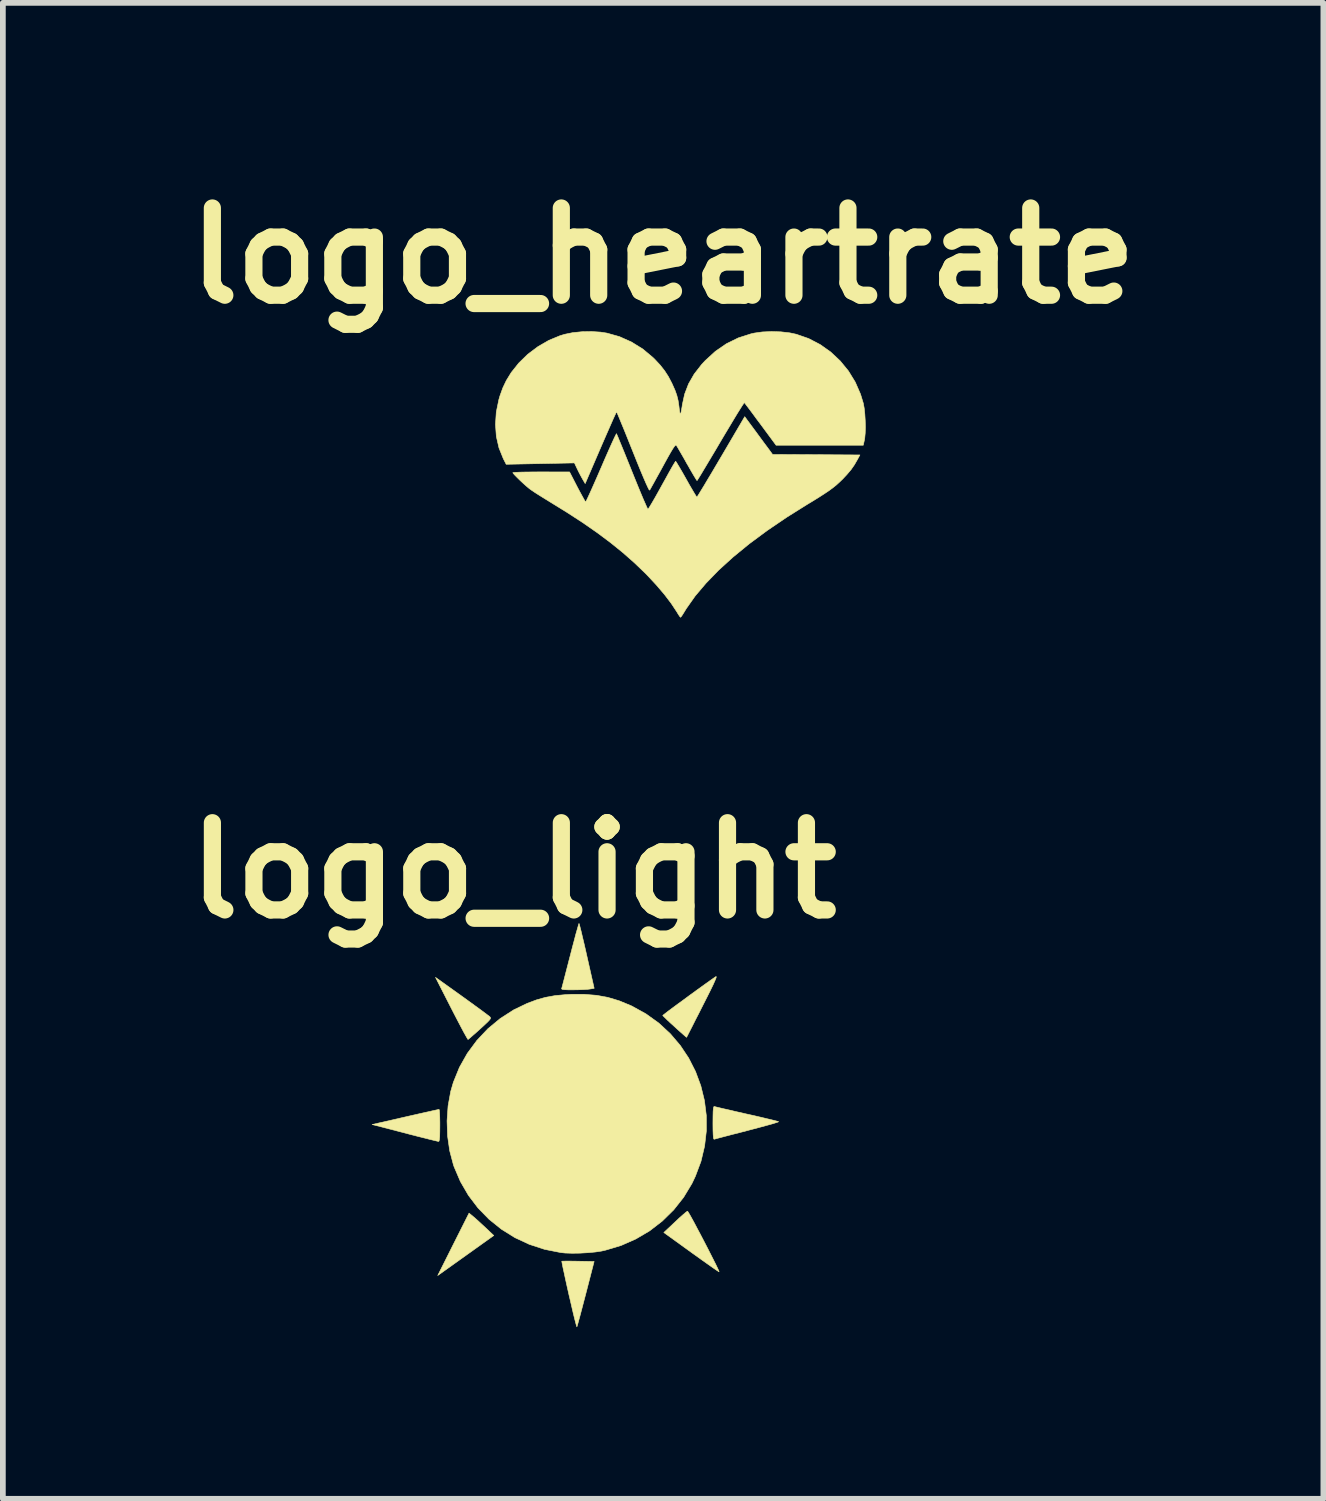
<source format=kicad_pcb>
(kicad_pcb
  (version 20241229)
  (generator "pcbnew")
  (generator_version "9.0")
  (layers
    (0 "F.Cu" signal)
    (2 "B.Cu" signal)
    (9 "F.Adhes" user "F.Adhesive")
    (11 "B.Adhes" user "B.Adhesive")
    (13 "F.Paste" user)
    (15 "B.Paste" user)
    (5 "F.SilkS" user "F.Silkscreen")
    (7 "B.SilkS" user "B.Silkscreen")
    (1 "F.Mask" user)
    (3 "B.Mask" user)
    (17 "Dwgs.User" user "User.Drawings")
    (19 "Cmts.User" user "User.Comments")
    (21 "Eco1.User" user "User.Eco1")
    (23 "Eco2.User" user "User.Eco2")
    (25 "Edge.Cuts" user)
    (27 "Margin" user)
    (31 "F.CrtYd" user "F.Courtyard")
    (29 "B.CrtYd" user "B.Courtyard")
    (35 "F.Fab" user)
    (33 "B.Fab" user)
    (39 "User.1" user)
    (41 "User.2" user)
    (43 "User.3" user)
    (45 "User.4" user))
  (footprint "logo_light"
    (layer "F.Cu")
    (at 7.192 16.729)
    (property "Reference" "logo_light" (at -1.27 -4.572 0) (layer "F.SilkS") (effects (font (size 1.524 1.524) (thickness 0.3))))
    (attr through_hole)
    (fp_poly (pts (xy -1.981 1.469) (xy -1.94 1.504) (xy -1.881 1.557) (xy -1.814 1.619) (xy -1.765 1.664) (xy -1.616 1.805) (xy -2.595 2.504) (xy -2.322 1.959) (xy -2.048 1.414) (xy -1.981 1.469)) (stroke (width 0.01) (type solid)) (fill yes) (layer "F.SilkS"))
    (fp_poly (pts (xy -2.567 -0.382) (xy -2.563 -0.335) (xy -2.56 -0.264) (xy -2.558 -0.175) (xy -2.558 -0.118) (xy -2.559 -0.005) (xy -2.561 0.075) (xy -2.566 0.127) (xy -2.572 0.155) (xy -2.581 0.162) (xy -2.603 0.157) (xy -2.657 0.144) (xy -2.736 0.125) (xy -2.838 0.099) (xy -2.958 0.069) (xy -3.09 0.035) (xy -3.172 0.013) (xy -3.741 -0.134) (xy -3.163 -0.266) (xy -3.023 -0.298) (xy -2.895 -0.327) (xy -2.782 -0.352) (xy -2.69 -0.373) (xy -2.621 -0.388) (xy -2.581 -0.397) (xy -2.572 -0.399) (xy -2.567 -0.382)) (stroke (width 0.01) (type solid)) (fill yes) (layer "F.SilkS"))
    (fp_poly (pts (xy -2.174 -2.376) (xy -2.059 -2.293) (xy -1.953 -2.216) (xy -1.859 -2.148) (xy -1.781 -2.09) (xy -1.724 -2.047) (xy -1.69 -2.022) (xy -1.684 -2.016) (xy -1.674 -2.003) (xy -1.673 -1.988) (xy -1.685 -1.967) (xy -1.714 -1.935) (xy -1.762 -1.889) (xy -1.833 -1.823) (xy -1.853 -1.805) (xy -1.924 -1.741) (xy -1.986 -1.687) (xy -2.033 -1.646) (xy -2.061 -1.623) (xy -2.066 -1.619) (xy -2.076 -1.634) (xy -2.101 -1.677) (xy -2.139 -1.745) (xy -2.187 -1.835) (xy -2.243 -1.942) (xy -2.306 -2.063) (xy -2.356 -2.16) (xy -2.634 -2.705) (xy -2.174 -2.376)) (stroke (width 0.01) (type solid)) (fill yes) (layer "F.SilkS"))
    (fp_poly (pts (xy -0.287 2.252) (xy -0.197 2.253) (xy -0.143 2.254) (xy 0.137 2.259) (xy -0.009 2.825) (xy -0.045 2.962) (xy -0.078 3.088) (xy -0.107 3.198) (xy -0.132 3.289) (xy -0.15 3.355) (xy -0.161 3.393) (xy -0.164 3.4) (xy -0.17 3.385) (xy -0.183 3.339) (xy -0.202 3.266) (xy -0.226 3.169) (xy -0.253 3.053) (xy -0.283 2.923) (xy -0.304 2.834) (xy -0.335 2.696) (xy -0.363 2.569) (xy -0.387 2.457) (xy -0.407 2.366) (xy -0.42 2.3) (xy -0.427 2.262) (xy -0.428 2.254) (xy -0.409 2.253) (xy -0.36 2.252) (xy -0.287 2.252)) (stroke (width 0.01) (type solid)) (fill yes) (layer "F.SilkS"))
    (fp_poly (pts (xy 1.78 1.395) (xy 1.806 1.438) (xy 1.843 1.504) (xy 1.889 1.588) (xy 1.941 1.687) (xy 1.998 1.794) (xy 2.057 1.907) (xy 2.115 2.019) (xy 2.17 2.127) (xy 2.22 2.226) (xy 2.263 2.311) (xy 2.295 2.378) (xy 2.315 2.422) (xy 2.32 2.439) (xy 2.304 2.43) (xy 2.262 2.402) (xy 2.198 2.358) (xy 2.116 2.3) (xy 2.017 2.23) (xy 1.907 2.151) (xy 1.834 2.099) (xy 1.355 1.753) (xy 1.553 1.567) (xy 1.623 1.501) (xy 1.685 1.446) (xy 1.733 1.405) (xy 1.763 1.382) (xy 1.769 1.38) (xy 1.78 1.395)) (stroke (width 0.01) (type solid)) (fill yes) (layer "F.SilkS"))
    (fp_poly (pts (xy -0.121 -3.63) (xy -0.108 -3.581) (xy -0.089 -3.506) (xy -0.066 -3.408) (xy -0.038 -3.291) (xy -0.008 -3.16) (xy 0.01 -3.08) (xy 0.138 -2.513) (xy 0.064 -2.501) (xy 0.016 -2.495) (xy -0.057 -2.491) (xy -0.146 -2.488) (xy -0.224 -2.487) (xy -0.319 -2.487) (xy -0.383 -2.49) (xy -0.419 -2.495) (xy -0.431 -2.504) (xy -0.431 -2.508) (xy -0.424 -2.531) (xy -0.41 -2.584) (xy -0.389 -2.664) (xy -0.363 -2.765) (xy -0.332 -2.885) (xy -0.298 -3.017) (xy -0.279 -3.089) (xy -0.244 -3.225) (xy -0.211 -3.349) (xy -0.183 -3.457) (xy -0.158 -3.544) (xy -0.14 -3.607) (xy -0.13 -3.641) (xy -0.127 -3.647) (xy -0.121 -3.63)) (stroke (width 0.01) (type solid)) (fill yes) (layer "F.SilkS"))
    (fp_poly (pts (xy 2.272 -2.717) (xy 2.267 -2.694) (xy 2.249 -2.65) (xy 2.218 -2.58) (xy 2.172 -2.485) (xy 2.11 -2.361) (xy 2.032 -2.207) (xy 2.03 -2.203) (xy 1.965 -2.074) (xy 1.904 -1.956) (xy 1.852 -1.852) (xy 1.808 -1.766) (xy 1.776 -1.703) (xy 1.757 -1.666) (xy 1.752 -1.657) (xy 1.739 -1.667) (xy 1.704 -1.698) (xy 1.651 -1.745) (xy 1.585 -1.804) (xy 1.545 -1.841) (xy 1.473 -1.906) (xy 1.412 -1.963) (xy 1.367 -2.007) (xy 1.34 -2.033) (xy 1.336 -2.039) (xy 1.35 -2.051) (xy 1.388 -2.081) (xy 1.448 -2.127) (xy 1.525 -2.184) (xy 1.614 -2.25) (xy 1.712 -2.321) (xy 1.813 -2.396) (xy 1.915 -2.47) (xy 2.012 -2.54) (xy 2.101 -2.604) (xy 2.177 -2.658) (xy 2.236 -2.699) (xy 2.264 -2.718) (xy 2.272 -2.717)) (stroke (width 0.01) (type solid)) (fill yes) (layer "F.SilkS"))
    (fp_poly (pts (xy 2.236 -0.449) (xy 2.259 -0.443) (xy 2.313 -0.43) (xy 2.393 -0.411) (xy 2.495 -0.388) (xy 2.614 -0.36) (xy 2.746 -0.33) (xy 2.803 -0.317) (xy 2.939 -0.287) (xy 3.063 -0.258) (xy 3.171 -0.232) (xy 3.259 -0.211) (xy 3.322 -0.195) (xy 3.356 -0.185) (xy 3.36 -0.183) (xy 3.346 -0.176) (xy 3.302 -0.162) (xy 3.23 -0.14) (xy 3.135 -0.114) (xy 3.021 -0.083) (xy 2.892 -0.049) (xy 2.816 -0.029) (xy 2.679 0.007) (xy 2.552 0.039) (xy 2.441 0.068) (xy 2.35 0.092) (xy 2.282 0.11) (xy 2.244 0.121) (xy 2.236 0.123) (xy 2.227 0.118) (xy 2.221 0.093) (xy 2.217 0.045) (xy 2.214 -0.032) (xy 2.213 -0.139) (xy 2.213 -0.163) (xy 2.214 -0.277) (xy 2.216 -0.359) (xy 2.22 -0.412) (xy 2.226 -0.441) (xy 2.234 -0.449) (xy 2.236 -0.449)) (stroke (width 0.01) (type solid)) (fill yes) (layer "F.SilkS"))
    (fp_poly (pts (xy 0.181 -2.391) (xy 0.38 -2.354) (xy 0.574 -2.296) (xy 0.77 -2.215) (xy 0.795 -2.204) (xy 1.043 -2.067) (xy 1.267 -1.906) (xy 1.467 -1.721) (xy 1.641 -1.517) (xy 1.789 -1.295) (xy 1.909 -1.059) (xy 2.001 -0.811) (xy 2.064 -0.554) (xy 2.097 -0.291) (xy 2.098 -0.025) (xy 2.067 0.243) (xy 2.004 0.509) (xy 1.906 0.77) (xy 1.846 0.897) (xy 1.701 1.137) (xy 1.528 1.356) (xy 1.329 1.552) (xy 1.108 1.723) (xy 0.867 1.865) (xy 0.609 1.979) (xy 0.336 2.061) (xy 0.266 2.077) (xy 0.159 2.093) (xy 0.03 2.105) (xy -0.109 2.113) (xy -0.246 2.115) (xy -0.369 2.111) (xy -0.445 2.103) (xy -0.727 2.047) (xy -0.996 1.959) (xy -1.249 1.841) (xy -1.484 1.694) (xy -1.699 1.521) (xy -1.892 1.323) (xy -2.059 1.103) (xy -2.199 0.862) (xy -2.31 0.602) (xy -2.322 0.566) (xy -2.386 0.324) (xy -2.423 0.066) (xy -2.432 -0.198) (xy -2.414 -0.46) (xy -2.368 -0.713) (xy -2.322 -0.871) (xy -2.216 -1.132) (xy -2.078 -1.377) (xy -1.911 -1.603) (xy -1.719 -1.807) (xy -1.503 -1.986) (xy -1.266 -2.138) (xy -1.033 -2.25) (xy -0.868 -2.312) (xy -0.708 -2.357) (xy -0.544 -2.386) (xy -0.361 -2.403) (xy -0.269 -2.408) (xy -0.032 -2.408) (xy 0.181 -2.391)) (stroke (width 0.01) (type solid)) (fill yes) (layer "F.SilkS")))
  (footprint "logo_heartrate"
    (layer "F.Cu")
    (at 8.788 5.228)
    (property "Reference" "logo_heartrate" (at -0.254 -3.81 0) (layer "F.SilkS") (effects (font (size 1.524 1.524) (thickness 0.3))))
    (attr through_hole)
    (fp_poly (pts (xy 1.319 -0.8) (xy 1.382 -0.715) (xy 1.448 -0.625) (xy 1.509 -0.542) (xy 1.559 -0.475) (xy 1.563 -0.47) (xy 1.659 -0.339) (xy 2.422 -0.335) (xy 3.184 -0.33) (xy 3.139 -0.246) (xy 3.087 -0.156) (xy 3.029 -0.073) (xy 2.957 0.012) (xy 2.883 0.091) (xy 2.827 0.145) (xy 2.771 0.196) (xy 2.711 0.244) (xy 2.642 0.295) (xy 2.558 0.351) (xy 2.457 0.416) (xy 2.332 0.493) (xy 2.278 0.525) (xy 1.906 0.758) (xy 1.563 0.991) (xy 1.25 1.223) (xy 0.968 1.454) (xy 0.716 1.683) (xy 0.496 1.91) (xy 0.307 2.133) (xy 0.152 2.353) (xy 0.117 2.41) (xy 0.087 2.459) (xy 0.063 2.494) (xy 0.051 2.506) (xy 0.038 2.493) (xy 0.014 2.458) (xy -0.015 2.41) (xy -0.112 2.263) (xy -0.233 2.104) (xy -0.374 1.939) (xy -0.53 1.772) (xy -0.566 1.735) (xy -0.757 1.552) (xy -0.958 1.375) (xy -1.173 1.201) (xy -1.406 1.027) (xy -1.661 0.85) (xy -1.94 0.669) (xy -2.227 0.492) (xy -2.321 0.434) (xy -2.411 0.378) (xy -2.49 0.328) (xy -2.552 0.286) (xy -2.591 0.258) (xy -2.591 0.258) (xy -2.64 0.217) (xy -2.695 0.168) (xy -2.752 0.115) (xy -2.804 0.064) (xy -2.847 0.02) (xy -2.873 -0.01) (xy -2.879 -0.021) (xy -2.862 -0.024) (xy -2.817 -0.027) (xy -2.745 -0.03) (xy -2.652 -0.032) (xy -2.543 -0.033) (xy -2.42 -0.034) (xy -2.383 -0.034) (xy -1.888 -0.033) (xy -1.753 0.229) (xy -1.708 0.314) (xy -1.668 0.387) (xy -1.636 0.445) (xy -1.615 0.481) (xy -1.607 0.491) (xy -1.598 0.476) (xy -1.577 0.433) (xy -1.546 0.366) (xy -1.506 0.278) (xy -1.459 0.172) (xy -1.406 0.052) (xy -1.349 -0.08) (xy -1.336 -0.109) (xy -1.279 -0.242) (xy -1.225 -0.365) (xy -1.177 -0.473) (xy -1.136 -0.564) (xy -1.103 -0.635) (xy -1.08 -0.681) (xy -1.069 -0.701) (xy -1.068 -0.702) (xy -1.061 -0.685) (xy -1.041 -0.639) (xy -1.013 -0.57) (xy -0.975 -0.478) (xy -0.93 -0.368) (xy -0.88 -0.244) (xy -0.825 -0.108) (xy -0.797 -0.038) (xy -0.74 0.103) (xy -0.687 0.233) (xy -0.639 0.349) (xy -0.597 0.449) (xy -0.562 0.528) (xy -0.537 0.585) (xy -0.522 0.614) (xy -0.519 0.618) (xy -0.507 0.604) (xy -0.481 0.563) (xy -0.444 0.501) (xy -0.397 0.42) (xy -0.343 0.324) (xy -0.284 0.217) (xy -0.274 0.199) (xy -0.214 0.091) (xy -0.16 -0.007) (xy -0.113 -0.091) (xy -0.075 -0.157) (xy -0.048 -0.201) (xy -0.035 -0.219) (xy -0.035 -0.22) (xy -0.024 -0.206) (xy 0.000432 -0.166) (xy 0.036 -0.106) (xy 0.081 -0.029) (xy 0.132 0.061) (xy 0.15 0.093) (xy 0.202 0.186) (xy 0.25 0.268) (xy 0.289 0.334) (xy 0.318 0.381) (xy 0.334 0.404) (xy 0.336 0.406) (xy 0.347 0.392) (xy 0.373 0.351) (xy 0.412 0.287) (xy 0.464 0.202) (xy 0.525 0.099) (xy 0.596 -0.019) (xy 0.673 -0.15) (xy 0.755 -0.289) (xy 0.76 -0.297) (xy 1.172 -0.999) (xy 1.319 -0.8)) (stroke (width 0.01) (type solid)) (fill yes) (layer "F.SilkS"))
    (fp_poly (pts (xy 1.804 -2.481) (xy 1.96 -2.463) (xy 2.072 -2.439) (xy 2.288 -2.364) (xy 2.49 -2.259) (xy 2.675 -2.128) (xy 2.84 -1.973) (xy 2.984 -1.797) (xy 3.103 -1.603) (xy 3.195 -1.392) (xy 3.244 -1.232) (xy 3.259 -1.149) (xy 3.27 -1.046) (xy 3.277 -0.932) (xy 3.28 -0.818) (xy 3.277 -0.713) (xy 3.269 -0.627) (xy 3.265 -0.601) (xy 3.243 -0.5) (xy 1.72 -0.5) (xy 1.449 -0.867) (xy 1.376 -0.964) (xy 1.311 -1.053) (xy 1.254 -1.129) (xy 1.209 -1.188) (xy 1.179 -1.228) (xy 1.166 -1.244) (xy 1.166 -1.244) (xy 1.156 -1.232) (xy 1.13 -1.194) (xy 1.091 -1.132) (xy 1.039 -1.049) (xy 0.978 -0.948) (xy 0.908 -0.831) (xy 0.831 -0.703) (xy 0.751 -0.568) (xy 0.67 -0.43) (xy 0.593 -0.301) (xy 0.523 -0.184) (xy 0.462 -0.082) (xy 0.412 0.002) (xy 0.373 0.065) (xy 0.348 0.105) (xy 0.339 0.118) (xy 0.328 0.104) (xy 0.304 0.065) (xy 0.268 0.005) (xy 0.224 -0.071) (xy 0.174 -0.159) (xy 0.164 -0.175) (xy 0.113 -0.267) (xy 0.065 -0.35) (xy 0.025 -0.419) (xy -0.004 -0.469) (xy -0.021 -0.496) (xy -0.022 -0.497) (xy -0.03 -0.502) (xy -0.042 -0.496) (xy -0.059 -0.476) (xy -0.084 -0.439) (xy -0.118 -0.383) (xy -0.163 -0.304) (xy -0.221 -0.199) (xy -0.258 -0.131) (xy -0.316 -0.025) (xy -0.37 0.072) (xy -0.416 0.156) (xy -0.453 0.222) (xy -0.478 0.267) (xy -0.489 0.285) (xy -0.499 0.277) (xy -0.519 0.238) (xy -0.551 0.169) (xy -0.594 0.07) (xy -0.649 -0.061) (xy -0.715 -0.223) (xy -0.781 -0.388) (xy -0.839 -0.532) (xy -0.893 -0.667) (xy -0.942 -0.788) (xy -0.985 -0.892) (xy -1.02 -0.977) (xy -1.046 -1.039) (xy -1.062 -1.075) (xy -1.067 -1.083) (xy -1.075 -1.068) (xy -1.095 -1.025) (xy -1.126 -0.958) (xy -1.165 -0.869) (xy -1.212 -0.762) (xy -1.265 -0.641) (xy -1.323 -0.508) (xy -1.345 -0.457) (xy -1.615 0.17) (xy -1.66 0.093) (xy -1.692 0.035) (xy -1.729 -0.036) (xy -1.754 -0.087) (xy -1.803 -0.191) (xy -2.995 -0.167) (xy -3.045 -0.265) (xy -3.121 -0.453) (xy -3.167 -0.653) (xy -3.182 -0.863) (xy -3.168 -1.079) (xy -3.123 -1.298) (xy -3.104 -1.363) (xy -3.053 -1.504) (xy -2.993 -1.63) (xy -2.915 -1.757) (xy -2.907 -1.77) (xy -2.775 -1.936) (xy -2.618 -2.089) (xy -2.441 -2.222) (xy -2.251 -2.332) (xy -2.053 -2.414) (xy -1.973 -2.438) (xy -1.831 -2.467) (xy -1.67 -2.483) (xy -1.503 -2.486) (xy -1.345 -2.476) (xy -1.236 -2.459) (xy -1.016 -2.397) (xy -0.806 -2.303) (xy -0.609 -2.181) (xy -0.432 -2.033) (xy -0.402 -2.004) (xy -0.305 -1.9) (xy -0.228 -1.802) (xy -0.162 -1.7) (xy -0.1 -1.582) (xy -0.093 -1.566) (xy -0.046 -1.461) (xy -0.014 -1.371) (xy 0.008 -1.282) (xy 0.023 -1.182) (xy 0.027 -1.146) (xy 0.034 -1.091) (xy 0.042 -1.055) (xy 0.05 -1.044) (xy 0.05 -1.045) (xy 0.058 -1.067) (xy 0.067 -1.114) (xy 0.078 -1.177) (xy 0.082 -1.208) (xy 0.123 -1.395) (xy 0.191 -1.572) (xy 0.289 -1.743) (xy 0.419 -1.91) (xy 0.482 -1.978) (xy 0.659 -2.14) (xy 0.852 -2.273) (xy 1.06 -2.375) (xy 1.281 -2.446) (xy 1.338 -2.459) (xy 1.48 -2.479) (xy 1.64 -2.486) (xy 1.804 -2.481)) (stroke (width 0.01) (type solid)) (fill yes) (layer "F.SilkS")))
  (gr_rect
    (start -3 -3)
    (end 20.069 23.134)
    (stroke (width 0.1) (type default))
    (fill no)
    (layer "Edge.Cuts")))
</source>
